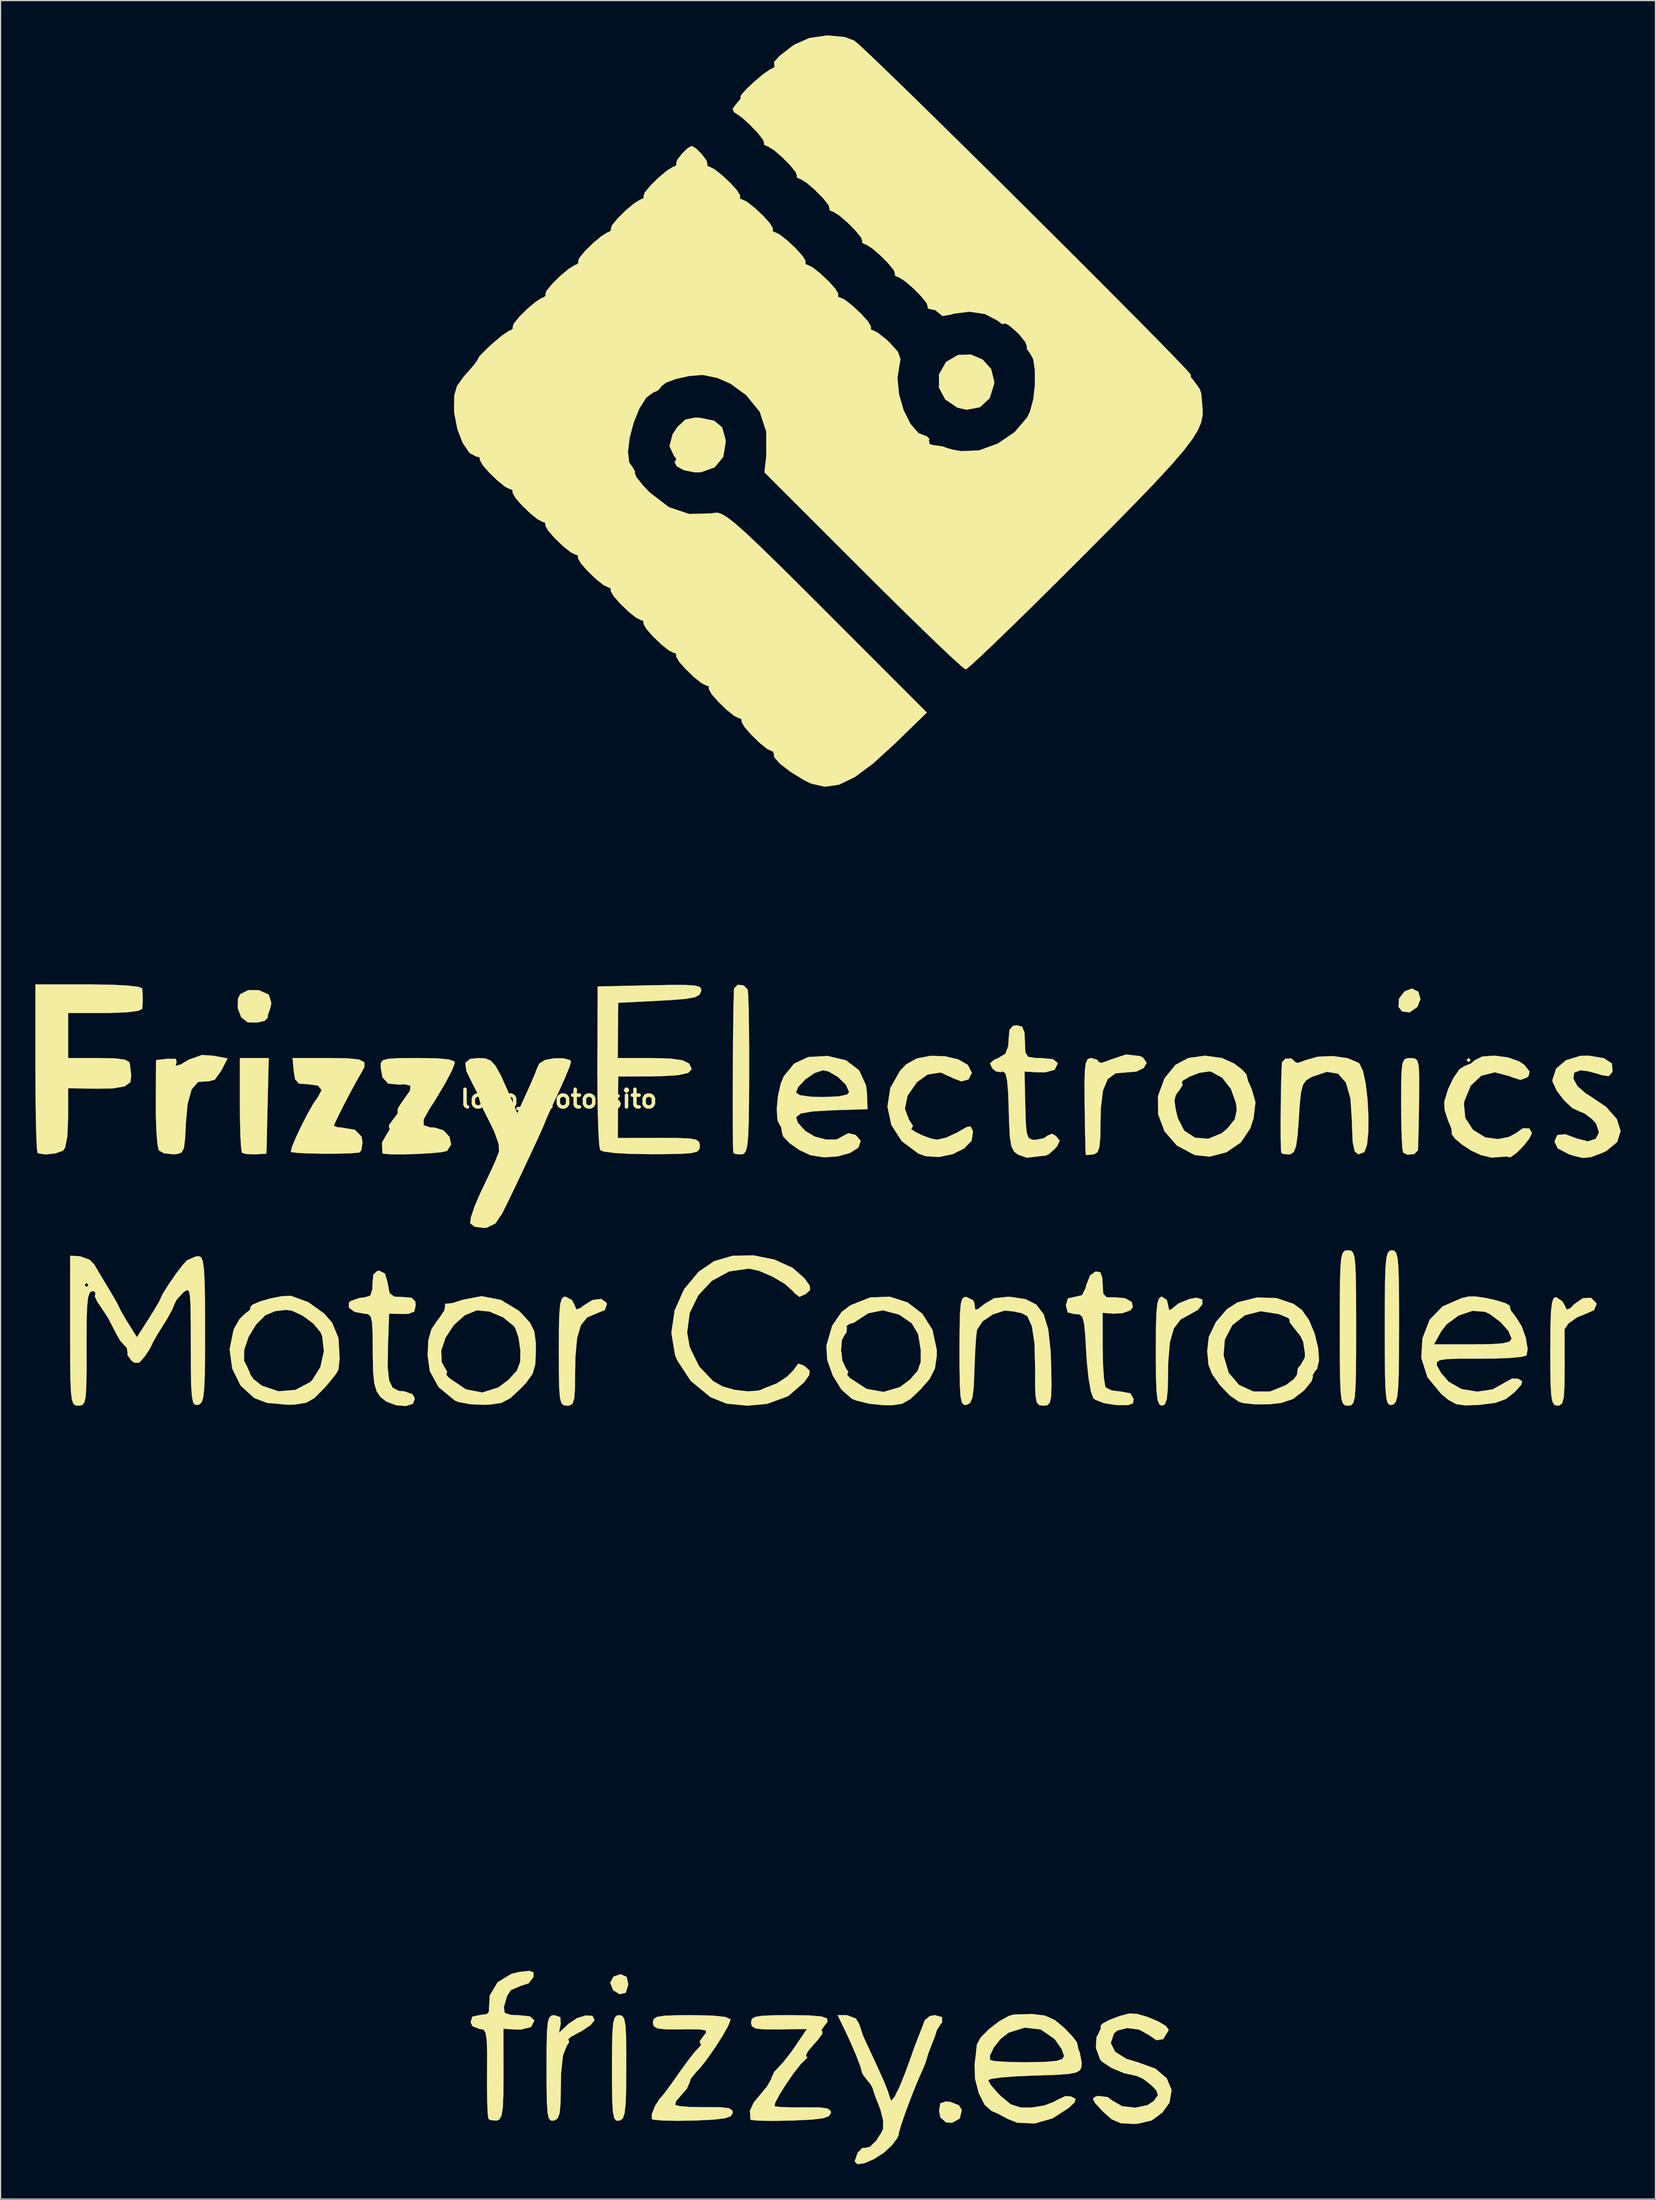
<source format=kicad_pcb>
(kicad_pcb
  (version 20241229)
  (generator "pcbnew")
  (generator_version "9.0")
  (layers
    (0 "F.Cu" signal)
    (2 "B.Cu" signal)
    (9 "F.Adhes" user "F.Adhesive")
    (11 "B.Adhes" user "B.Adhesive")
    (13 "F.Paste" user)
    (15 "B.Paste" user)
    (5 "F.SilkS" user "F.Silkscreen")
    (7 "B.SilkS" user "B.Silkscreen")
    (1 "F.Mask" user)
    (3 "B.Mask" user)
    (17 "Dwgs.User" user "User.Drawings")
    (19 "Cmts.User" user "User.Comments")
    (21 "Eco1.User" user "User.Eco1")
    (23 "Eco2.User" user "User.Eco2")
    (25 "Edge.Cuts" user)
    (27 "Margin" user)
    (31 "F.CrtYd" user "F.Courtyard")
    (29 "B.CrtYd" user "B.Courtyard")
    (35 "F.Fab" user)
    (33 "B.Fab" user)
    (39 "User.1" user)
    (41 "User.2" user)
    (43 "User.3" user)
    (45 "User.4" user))
  (footprint "logo_motorsito"
    (layer "F.Cu")
    (at 45.161 91.732)
    (property "Reference" "logo_motorsito" (at 0 0 0) (layer "F.SilkS") (effects (font (size 1.524 1.524) (thickness 0.3))))
    (attr through_hole)
    (fp_poly (pts (xy 78.669 -3.351) (xy 78.493 -3.175) (xy 78.317 -3.351) (xy 78.493 -3.528) (xy 78.669 -3.351)) (stroke (width 0.01) (type solid)) (fill yes) (layer "F.SilkS"))
    (fp_poly (pts (xy 5.859 75.723) (xy 5.997 76.376) (xy 5.784 77.09) (xy 5.251 77.226) (xy 4.684 76.863) (xy 4.43 76.238) (xy 4.723 75.692) (xy 5.329 75.494) (xy 5.859 75.723)) (stroke (width 0.01) (type solid)) (fill yes) (layer "F.SilkS"))
    (fp_poly (pts (xy 74.159 -9.25) (xy 74.344 -8.62) (xy 74.08 -7.933) (xy 73.399 -7.463) (xy 72.755 -7.543) (xy 72.445 -7.942) (xy 72.491 -8.655) (xy 72.977 -9.285) (xy 73.608 -9.525) (xy 74.159 -9.25)) (stroke (width 0.01) (type solid)) (fill yes) (layer "F.SilkS"))
    (fp_poly (pts (xy -25.224 4.727) (xy -26.19 4.778) (xy -26.962 4.757) (xy -27.336 4.649) (xy -27.408 4.245) (xy -27.466 3.283) (xy -27.505 1.914) (xy -27.517 0.47) (xy -27.517 -3.528) (xy -25.025 -3.528) (xy -25.224 4.727)) (stroke (width 0.01) (type solid)) (fill yes) (layer "F.SilkS"))
    (fp_poly (pts (xy 33.747 86.495) (xy 34.517 86.793) (xy 34.772 87.209) (xy 34.594 87.945) (xy 33.942 88.306) (xy 33.426 88.282) (xy 32.918 87.841) (xy 32.808 87.263) (xy 32.918 86.631) (xy 33.393 86.467) (xy 33.747 86.495)) (stroke (width 0.01) (type solid)) (fill yes) (layer "F.SilkS"))
    (fp_poly (pts (xy 36.566 -63.773) (xy 37.303 -62.955) (xy 37.574 -61.839) (xy 37.566 -61.681) (xy 37.174 -60.435) (xy 36.337 -59.659) (xy 35.19 -59.44) (xy 34.384 -59.622) (xy 33.341 -60.328) (xy 32.798 -61.349) (xy 32.801 -62.486) (xy 33.399 -63.541) (xy 33.435 -63.578) (xy 34.445 -64.171) (xy 35.551 -64.207) (xy 36.566 -63.773)) (stroke (width 0.01) (type solid)) (fill yes) (layer "F.SilkS"))
    (fp_poly (pts (xy -25.882 -9.383) (xy -25.096 -9.034) (xy -24.986 -8.922) (xy -24.799 -8.252) (xy -24.887 -7.854) (xy -25.096 -7.226) (xy -25.116 -7.005) (xy -25.363 -6.743) (xy -26.017 -6.585) (xy -26.782 -6.6) (xy -26.866 -6.616) (xy -27.403 -7.042) (xy -27.702 -7.833) (xy -27.676 -8.666) (xy -27.495 -9.023) (xy -26.803 -9.384) (xy -25.882 -9.383)) (stroke (width 0.01) (type solid)) (fill yes) (layer "F.SilkS"))
    (fp_poly (pts (xy 12.186 -58.745) (xy 13.407 -58.492) (xy 14.09 -57.928) (xy 14.378 -56.918) (xy 14.4 -56.661) (xy 14.191 -55.372) (xy 13.441 -54.466) (xy 12.263 -54.049) (xy 11.727 -54.042) (xy 10.803 -54.225) (xy 10.185 -54.56) (xy 10.17 -54.577) (xy 9.985 -54.961) (xy 10.082 -55.033) (xy 10.132 -55.226) (xy 9.948 -55.457) (xy 9.551 -56.296) (xy 9.819 -57.332) (xy 10.235 -57.957) (xy 10.926 -58.597) (xy 11.786 -58.768) (xy 12.186 -58.745)) (stroke (width 0.01) (type solid)) (fill yes) (layer "F.SilkS"))
    (fp_poly (pts (xy 73.827 -3.501) (xy 74.055 -3.336) (xy 74.183 -2.911) (xy 74.235 -2.1) (xy 74.235 -0.779) (xy 74.222 0.265) (xy 74.196 1.855) (xy 74.168 3.193) (xy 74.142 4.116) (xy 74.125 4.439) (xy 73.808 4.753) (xy 73.222 4.812) (xy 72.849 4.645) (xy 72.778 4.242) (xy 72.721 3.283) (xy 72.684 1.915) (xy 72.672 0.47) (xy 72.678 -1.254) (xy 72.71 -2.395) (xy 72.794 -3.071) (xy 72.953 -3.405) (xy 73.212 -3.517) (xy 73.474 -3.528) (xy 73.827 -3.501)) (stroke (width 0.01) (type solid)) (fill yes) (layer "F.SilkS"))
    (fp_poly (pts (xy 5.468 79.082) (xy 5.644 79.337) (xy 5.751 79.897) (xy 5.806 80.877) (xy 5.825 82.386) (xy 5.824 83.516) (xy 5.81 85.385) (xy 5.768 86.663) (xy 5.683 87.465) (xy 5.539 87.903) (xy 5.32 88.094) (xy 5.2 88.128) (xy 4.949 88.119) (xy 4.777 87.906) (xy 4.67 87.382) (xy 4.612 86.44) (xy 4.589 84.972) (xy 4.586 83.634) (xy 4.594 81.747) (xy 4.628 80.455) (xy 4.703 79.648) (xy 4.835 79.214) (xy 5.037 79.044) (xy 5.21 79.022) (xy 5.468 79.082)) (stroke (width 0.01) (type solid)) (fill yes) (layer "F.SilkS"))
    (fp_poly (pts (xy 72.101 13.102) (xy 72.261 13.311) (xy 72.373 13.773) (xy 72.443 14.58) (xy 72.482 15.827) (xy 72.497 17.605) (xy 72.498 19.663) (xy 72.491 21.987) (xy 72.468 23.7) (xy 72.42 24.897) (xy 72.34 25.67) (xy 72.219 26.116) (xy 72.047 26.328) (xy 71.876 26.392) (xy 71.662 26.385) (xy 71.505 26.212) (xy 71.394 25.781) (xy 71.323 25.002) (xy 71.283 23.785) (xy 71.265 22.04) (xy 71.261 19.781) (xy 71.266 17.44) (xy 71.285 15.713) (xy 71.327 14.506) (xy 71.401 13.729) (xy 71.516 13.289) (xy 71.679 13.095) (xy 71.883 13.053) (xy 72.101 13.102)) (stroke (width 0.01) (type solid)) (fill yes) (layer "F.SilkS"))
    (fp_poly (pts (xy -29.811 -3.728) (xy -28.574 -3.496) (xy -29.13 -2.419) (xy -29.686 -1.652) (xy -30.287 -1.502) (xy -30.346 -1.515) (xy -31.124 -1.462) (xy -31.679 -0.816) (xy -32.027 0.455) (xy -32.174 2.109) (xy -32.239 3.446) (xy -32.34 4.231) (xy -32.54 4.616) (xy -32.899 4.752) (xy -33.251 4.779) (xy -34.066 4.689) (xy -34.508 4.444) (xy -34.624 3.947) (xy -34.712 2.912) (xy -34.763 1.505) (xy -34.77 0.353) (xy -34.749 -3.351) (xy -33.741 -3.467) (xy -33.045 -3.452) (xy -32.968 -3.202) (xy -33.058 -2.857) (xy -32.633 -2.966) (xy -31.916 -3.391) (xy -30.794 -3.79) (xy -29.811 -3.728)) (stroke (width 0.01) (type solid)) (fill yes) (layer "F.SilkS"))
    (fp_poly (pts (xy 15.937 -9.803) (xy 16.298 -9.437) (xy 16.343 -8.96) (xy 16.38 -7.895) (xy 16.407 -6.357) (xy 16.423 -4.464) (xy 16.425 -2.331) (xy 16.424 -2.15) (xy 16.413 0.219) (xy 16.387 1.975) (xy 16.341 3.21) (xy 16.264 4.017) (xy 16.148 4.487) (xy 15.985 4.713) (xy 15.788 4.786) (xy 15.208 4.751) (xy 15.06 4.643) (xy 15.035 4.252) (xy 15.019 3.287) (xy 15.01 1.879) (xy 15.008 0.16) (xy 15.013 -1.739) (xy 15.023 -3.687) (xy 15.039 -5.552) (xy 15.059 -7.203) (xy 15.084 -8.508) (xy 15.111 -9.337) (xy 15.125 -9.525) (xy 15.422 -9.844) (xy 15.937 -9.803)) (stroke (width 0.01) (type solid)) (fill yes) (layer "F.SilkS"))
    (fp_poly (pts (xy 52.466 17.348) (xy 52.569 17.786) (xy 52.666 18.224) (xy 52.834 18.142) (xy 53.461 17.644) (xy 54.409 17.254) (xy 55.033 17.14) (xy 55.518 17.292) (xy 55.529 17.708) (xy 55.136 18.201) (xy 54.512 18.55) (xy 53.644 19.028) (xy 53.063 19.803) (xy 52.724 20.991) (xy 52.581 22.71) (xy 52.569 23.548) (xy 52.543 25.022) (xy 52.454 25.916) (xy 52.282 26.353) (xy 52.035 26.458) (xy 51.817 26.357) (xy 51.666 25.985) (xy 51.572 25.239) (xy 51.523 24.016) (xy 51.506 22.212) (xy 51.506 21.755) (xy 51.517 19.817) (xy 51.559 18.481) (xy 51.643 17.645) (xy 51.78 17.204) (xy 51.983 17.055) (xy 52.035 17.051) (xy 52.466 17.348)) (stroke (width 0.01) (type solid)) (fill yes) (layer "F.SilkS"))
    (fp_poly (pts (xy 68.331 13.082) (xy 68.512 13.23) (xy 68.638 13.592) (xy 68.719 14.261) (xy 68.765 15.328) (xy 68.786 16.889) (xy 68.792 19.036) (xy 68.792 19.756) (xy 68.789 22.083) (xy 68.773 23.799) (xy 68.735 24.996) (xy 68.665 25.767) (xy 68.552 26.205) (xy 68.388 26.404) (xy 68.162 26.457) (xy 68.086 26.458) (xy 67.841 26.429) (xy 67.66 26.281) (xy 67.535 25.919) (xy 67.453 25.251) (xy 67.407 24.183) (xy 67.386 22.622) (xy 67.381 20.475) (xy 67.381 19.756) (xy 67.384 17.428) (xy 67.399 15.712) (xy 67.437 14.515) (xy 67.508 13.745) (xy 67.62 13.306) (xy 67.784 13.107) (xy 68.01 13.054) (xy 68.086 13.053) (xy 68.331 13.082)) (stroke (width 0.01) (type solid)) (fill yes) (layer "F.SilkS"))
    (fp_poly (pts (xy 1.135 17.346) (xy 1.328 17.712) (xy 1.529 18.159) (xy 1.891 18.018) (xy 2.073 17.861) (xy 2.902 17.348) (xy 3.651 17.244) (xy 4.111 17.567) (xy 4.152 17.695) (xy 3.98 18.207) (xy 3.243 18.506) (xy 2.449 18.845) (xy 1.907 19.522) (xy 1.58 20.635) (xy 1.431 22.287) (xy 1.411 23.476) (xy 1.398 24.93) (xy 1.336 25.816) (xy 1.194 26.273) (xy 0.937 26.44) (xy 0.706 26.458) (xy 0.421 26.42) (xy 0.225 26.232) (xy 0.101 25.782) (xy 0.034 24.96) (xy 0.006 23.655) (xy 0 21.755) (xy 0 21.755) (xy 0.009 19.836) (xy 0.046 18.515) (xy 0.124 17.685) (xy 0.255 17.238) (xy 0.453 17.067) (xy 0.578 17.051) (xy 1.135 17.346)) (stroke (width 0.01) (type solid)) (fill yes) (layer "F.SilkS"))
    (fp_poly (pts (xy 50.136 -3.698) (xy 50.425 -3.549) (xy 50.72 -3.112) (xy 50.471 -2.669) (xy 49.826 -2.355) (xy 49.044 -2.292) (xy 48.047 -2.209) (xy 47.363 -1.71) (xy 46.95 -0.716) (xy 46.764 0.848) (xy 46.743 1.855) (xy 46.723 3.289) (xy 46.642 4.16) (xy 46.471 4.609) (xy 46.179 4.776) (xy 46.126 4.786) (xy 45.581 4.836) (xy 45.466 4.819) (xy 45.445 4.466) (xy 45.42 3.548) (xy 45.394 2.205) (xy 45.37 0.617) (xy 45.357 -1.155) (xy 45.381 -2.339) (xy 45.458 -3.05) (xy 45.605 -3.406) (xy 45.838 -3.522) (xy 45.942 -3.528) (xy 46.47 -3.373) (xy 46.567 -3.196) (xy 46.832 -3.107) (xy 47.476 -3.339) (xy 47.537 -3.37) (xy 48.936 -3.833) (xy 50.136 -3.698)) (stroke (width 0.01) (type solid)) (fill yes) (layer "F.SilkS"))
    (fp_poly (pts (xy 86.049 17.095) (xy 86.588 17.455) (xy 86.771 17.78) (xy 86.974 18.172) (xy 87.273 18.051) (xy 87.613 17.697) (xy 88.349 17.187) (xy 89.054 17.152) (xy 89.499 17.587) (xy 89.535 17.718) (xy 89.313 18.22) (xy 88.699 18.496) (xy 87.834 18.851) (xy 87.11 19.368) (xy 86.773 19.864) (xy 86.771 19.919) (xy 86.776 20.334) (xy 86.781 21.284) (xy 86.783 22.599) (xy 86.783 23.283) (xy 86.768 24.802) (xy 86.706 25.747) (xy 86.57 26.249) (xy 86.336 26.439) (xy 86.163 26.458) (xy 85.911 26.399) (xy 85.738 26.146) (xy 85.629 25.592) (xy 85.57 24.628) (xy 85.546 23.143) (xy 85.542 21.74) (xy 85.554 19.796) (xy 85.596 18.458) (xy 85.68 17.628) (xy 85.817 17.205) (xy 86.017 17.092) (xy 86.049 17.095)) (stroke (width 0.01) (type solid)) (fill yes) (layer "F.SilkS"))
    (fp_poly (pts (xy 0.136 79.199) (xy 0.166 79.78) (xy 0.021 80.537) (xy 0.827 79.78) (xy 1.561 79.287) (xy 2.324 79.047) (xy 2.905 79.088) (xy 3.09 79.442) (xy 3.087 79.462) (xy 2.738 79.889) (xy 1.983 80.394) (xy 1.764 80.508) (xy 1.063 80.888) (xy 0.799 81.107) (xy 0.837 81.127) (xy 0.895 81.355) (xy 0.661 81.722) (xy 0.357 82.52) (xy 0.2 84.005) (xy 0.176 85.157) (xy 0.156 86.598) (xy 0.073 87.477) (xy -0.1 87.936) (xy -0.393 88.117) (xy -0.441 88.127) (xy -0.693 88.119) (xy -0.866 87.91) (xy -0.974 87.392) (xy -1.032 86.456) (xy -1.055 84.997) (xy -1.058 83.634) (xy -1.052 81.754) (xy -1.022 80.468) (xy -0.951 79.664) (xy -0.823 79.229) (xy -0.621 79.053) (xy -0.373 79.022) (xy 0.136 79.199)) (stroke (width 0.01) (type solid)) (fill yes) (layer "F.SilkS"))
    (fp_poly (pts (xy -18.215 -3.504) (xy -17.236 -3.401) (xy -16.783 -3.172) (xy -16.764 -2.771) (xy -17.092 -2.149) (xy -17.113 -2.117) (xy -17.483 -1.479) (xy -17.994 -0.535) (xy -18.542 0.514) (xy -19.024 1.471) (xy -19.338 2.135) (xy -19.403 2.314) (xy -19.107 2.442) (xy -18.726 2.469) (xy -17.582 2.665) (xy -17.011 3.259) (xy -16.933 3.742) (xy -17.029 4.404) (xy -17.198 4.627) (xy -17.951 4.69) (xy -19.064 4.722) (xy -20.334 4.726) (xy -21.561 4.703) (xy -22.543 4.656) (xy -23.078 4.587) (xy -23.121 4.564) (xy -23.037 4.17) (xy -22.701 3.359) (xy -22.212 2.325) (xy -21.665 1.263) (xy -21.158 0.371) (xy -20.787 -0.158) (xy -20.786 -0.159) (xy -20.461 -0.759) (xy -20.778 -1.149) (xy -21.608 -1.263) (xy -22.406 -1.319) (xy -22.75 -1.687) (xy -22.865 -2.381) (xy -22.975 -3.528) (xy -19.809 -3.528) (xy -18.215 -3.504)) (stroke (width 0.01) (type solid)) (fill yes) (layer "F.SilkS"))
    (fp_poly (pts (xy -38.627 -9.852) (xy -37.154 -9.777) (xy -36.231 -9.66) (xy -35.939 -9.525) (xy -35.898 -8.865) (xy -35.895 -8.643) (xy -35.923 -7.931) (xy -35.939 -7.761) (xy -36.293 -7.595) (xy -37.223 -7.474) (xy -38.6 -7.413) (xy -39.158 -7.408) (xy -42.333 -7.408) (xy -42.333 -3.528) (xy -39.688 -3.528) (xy -38.281 -3.498) (xy -37.451 -3.394) (xy -37.067 -3.188) (xy -36.998 -2.999) (xy -36.913 -2.215) (xy -36.888 -2.028) (xy -36.962 -1.44) (xy -37.462 -1.078) (xy -38.481 -0.906) (xy -39.85 -0.882) (xy -42.333 -0.92) (xy -42.333 1.636) (xy -42.398 3.227) (xy -42.589 4.195) (xy -42.774 4.467) (xy -43.456 4.703) (xy -44.29 4.791) (xy -44.905 4.698) (xy -44.975 4.649) (xy -45.03 4.257) (xy -45.078 3.268) (xy -45.116 1.79) (xy -45.143 -0.068) (xy -45.155 -2.199) (xy -45.156 -2.705) (xy -45.156 -9.878) (xy -40.569 -9.878) (xy -38.627 -9.852)) (stroke (width 0.01) (type solid)) (fill yes) (layer "F.SilkS"))
    (fp_poly (pts (xy 33.321 -3.682) (xy 34.457 -3.413) (xy 35.289 -2.936) (xy 35.63 -2.275) (xy 35.631 -2.239) (xy 35.358 -1.687) (xy 34.727 -1.511) (xy 34.016 -1.786) (xy 33.998 -1.801) (xy 32.939 -2.278) (xy 31.809 -2.1) (xy 30.891 -1.435) (xy 30.093 -0.28) (xy 29.86 0.85) (xy 30.221 1.806) (xy 30.26 1.852) (xy 30.558 2.324) (xy 30.482 2.482) (xy 30.402 2.6) (xy 30.783 2.86) (xy 31.422 3.164) (xy 32.114 3.414) (xy 32.632 3.514) (xy 33.402 3.343) (xy 34.345 2.909) (xy 34.45 2.847) (xy 35.186 2.424) (xy 35.533 2.374) (xy 35.698 2.694) (xy 35.734 2.828) (xy 35.621 3.601) (xy 34.979 4.269) (xy 33.985 4.763) (xy 32.817 5.011) (xy 31.65 4.941) (xy 31.035 4.723) (xy 29.591 3.646) (xy 28.691 2.246) (xy 28.354 0.668) (xy 28.601 -0.943) (xy 29.452 -2.444) (xy 29.976 -2.99) (xy 30.893 -3.495) (xy 32.071 -3.718) (xy 33.321 -3.682)) (stroke (width 0.01) (type solid)) (fill yes) (layer "F.SilkS"))
    (fp_poly (pts (xy 90.15 -3.522) (xy 90.858 -3.061) (xy 90.917 -2.37) (xy 90.9 -2.321) (xy 90.597 -1.966) (xy 89.983 -2.045) (xy 89.772 -2.121) (xy 88.813 -2.388) (xy 88.147 -2.469) (xy 87.602 -2.264) (xy 87.533 -1.754) (xy 87.889 -1.101) (xy 88.615 -0.466) (xy 88.854 -0.326) (xy 90.362 0.682) (xy 91.287 1.739) (xy 91.612 2.774) (xy 91.32 3.712) (xy 90.395 4.483) (xy 90.012 4.662) (xy 89.052 5.019) (xy 88.356 5.095) (xy 87.546 4.906) (xy 87.136 4.769) (xy 86.184 4.264) (xy 85.901 3.673) (xy 86.146 3.109) (xy 86.848 3.045) (xy 87.797 3.402) (xy 88.774 3.66) (xy 89.464 3.439) (xy 89.745 2.882) (xy 89.497 2.133) (xy 89.174 1.766) (xy 88.499 1.253) (xy 88.018 1.058) (xy 87.433 0.783) (xy 86.727 0.115) (xy 86.098 -0.712) (xy 85.747 -1.464) (xy 85.725 -1.634) (xy 86.044 -2.612) (xy 86.898 -3.341) (xy 88.13 -3.715) (xy 88.818 -3.736) (xy 90.15 -3.522)) (stroke (width 0.01) (type solid)) (fill yes) (layer "F.SilkS"))
    (fp_poly (pts (xy -2.185 75.333) (xy -2.177 75.732) (xy -2.612 76.29) (xy -3.249 76.486) (xy -4.139 76.869) (xy -4.46 77.368) (xy -4.741 78.346) (xy -4.66 78.836) (xy -4.12 79.005) (xy -3.497 79.022) (xy -2.494 79.128) (xy -2.121 79.456) (xy -2.117 79.514) (xy -2.4 80.057) (xy -3.269 80.269) (xy -3.888 80.257) (xy -4.778 80.198) (xy -4.77 84.103) (xy -4.78 85.836) (xy -4.829 86.985) (xy -4.935 87.669) (xy -5.115 88.01) (xy -5.347 88.121) (xy -5.927 88.076) (xy -6.078 87.949) (xy -6.135 87.498) (xy -6.175 86.502) (xy -6.194 85.12) (xy -6.191 83.926) (xy -6.185 82.264) (xy -6.217 81.185) (xy -6.309 80.566) (xy -6.481 80.285) (xy -6.755 80.219) (xy -6.836 80.221) (xy -7.448 79.98) (xy -7.606 79.64) (xy -7.465 79.152) (xy -6.848 79.022) (xy -6.217 78.929) (xy -6.039 78.758) (xy -5.958 77.323) (xy -5.28 76.187) (xy -4.087 75.46) (xy -3.409 75.295) (xy -2.538 75.204) (xy -2.185 75.333)) (stroke (width 0.01) (type solid)) (fill yes) (layer "F.SilkS"))
    (fp_poly (pts (xy -10.518 -3.501) (xy -9.507 -3.412) (xy -9.03 -3.249) (xy -8.967 -3.087) (xy -9.234 -2.41) (xy -9.817 -1.312) (xy -10.631 0.049) (xy -11.171 0.894) (xy -11.667 1.788) (xy -11.652 2.273) (xy -11.093 2.457) (xy -10.722 2.469) (xy -9.948 2.707) (xy -9.429 3.27) (xy -9.285 3.936) (xy -9.635 4.482) (xy -9.645 4.488) (xy -10.116 4.593) (xy -11.042 4.682) (xy -12.212 4.748) (xy -13.418 4.783) (xy -14.449 4.78) (xy -15.097 4.732) (xy -15.214 4.686) (xy -15.256 3.774) (xy -14.873 3.087) (xy -14.579 2.615) (xy -14.64 2.469) (xy -14.65 2.253) (xy -14.287 1.764) (xy -13.906 1.255) (xy -13.906 1.058) (xy -13.89 0.822) (xy -13.517 0.24) (xy -13.431 0.129) (xy -12.85 -0.702) (xy -12.795 -1.133) (xy -13.288 -1.258) (xy -13.764 -1.234) (xy -14.72 -1.322) (xy -15.218 -1.869) (xy -15.369 -2.734) (xy -15.356 -3.106) (xy -15.178 -3.338) (xy -14.704 -3.465) (xy -13.802 -3.517) (xy -12.339 -3.528) (xy -12.148 -3.528) (xy -10.518 -3.501)) (stroke (width 0.01) (type solid)) (fill yes) (layer "F.SilkS"))
    (fp_poly (pts (xy 57.207 -3.533) (xy 58.268 -3.057) (xy 58.981 -2.509) (xy 59.339 -2.1) (xy 59.35 -2.037) (xy 59.461 -1.569) (xy 59.782 -0.851) (xy 60.11 0.296) (xy 59.948 1.66) (xy 59.655 2.548) (xy 58.847 3.753) (xy 57.606 4.6) (xy 56.156 4.982) (xy 54.857 4.839) (xy 53.316 4.014) (xy 52.256 2.793) (xy 51.707 1.32) (xy 51.701 0.127) (xy 53.12 0.127) (xy 53.216 0.845) (xy 53.396 1.63) (xy 53.957 2.729) (xy 54.891 3.343) (xy 56.024 3.434) (xy 57.184 2.964) (xy 57.664 2.565) (xy 58.314 1.762) (xy 58.49 0.968) (xy 58.432 0.397) (xy 57.997 -0.85) (xy 57.231 -1.829) (xy 56.299 -2.342) (xy 56.1 -2.372) (xy 55.269 -2.251) (xy 54.414 -1.921) (xy 53.842 -1.577) (xy 53.743 -1.415) (xy 53.765 -1.413) (xy 53.825 -1.193) (xy 53.566 -0.794) (xy 53.231 -0.335) (xy 53.12 0.127) (xy 51.701 0.127) (xy 51.7 -0.257) (xy 52.266 -1.792) (xy 53.215 -2.949) (xy 54.322 -3.533) (xy 55.745 -3.729) (xy 57.207 -3.533)) (stroke (width 0.01) (type solid)) (fill yes) (layer "F.SilkS"))
    (fp_poly (pts (xy -14.994 15.062) (xy -14.76 15.871) (xy -14.751 15.963) (xy -14.599 16.752) (xy -14.194 17.051) (xy -13.494 17.082) (xy -12.691 17.145) (xy -12.38 17.474) (xy -12.347 17.815) (xy -12.472 18.346) (xy -12.979 18.539) (xy -13.494 18.549) (xy -14.64 18.521) (xy -14.744 21.487) (xy -14.76 23.173) (xy -14.639 24.274) (xy -14.337 24.905) (xy -13.81 25.181) (xy -13.305 25.224) (xy -12.619 25.475) (xy -12.414 25.841) (xy -12.59 26.297) (xy -13.201 26.488) (xy -14.033 26.423) (xy -14.871 26.11) (xy -15.379 25.716) (xy -15.711 25.23) (xy -15.915 24.558) (xy -16.019 23.535) (xy -16.051 21.994) (xy -16.051 21.747) (xy -16.061 20.228) (xy -16.11 19.28) (xy -16.232 18.769) (xy -16.459 18.561) (xy -16.823 18.521) (xy -16.828 18.521) (xy -17.633 18.366) (xy -18.11 18.002) (xy -18.109 17.578) (xy -17.934 17.42) (xy -17.188 17.161) (xy -16.757 17.115) (xy -16.262 16.965) (xy -16.085 16.403) (xy -16.08 15.963) (xy -16 15.136) (xy -15.65 14.831) (xy -15.485 14.817) (xy -14.994 15.062)) (stroke (width 0.01) (type solid)) (fill yes) (layer "F.SilkS"))
    (fp_poly (pts (xy 46.729 14.948) (xy 46.901 15.468) (xy 46.919 15.982) (xy 46.974 16.797) (xy 47.261 17.107) (xy 47.965 17.111) (xy 47.971 17.11) (xy 48.867 17.188) (xy 49.436 17.513) (xy 49.534 17.963) (xy 49.305 18.242) (xy 48.637 18.479) (xy 47.89 18.52) (xy 46.919 18.453) (xy 46.925 21.486) (xy 46.956 22.906) (xy 47.034 24.065) (xy 47.144 24.774) (xy 47.189 24.883) (xy 47.7 25.144) (xy 48.473 25.235) (xy 49.3 25.388) (xy 49.591 25.856) (xy 49.545 26.245) (xy 49.144 26.41) (xy 48.224 26.412) (xy 48.113 26.407) (xy 47.056 26.246) (xy 46.273 25.942) (xy 46.114 25.809) (xy 45.908 25.242) (xy 45.714 24.151) (xy 45.562 22.718) (xy 45.508 21.906) (xy 45.418 20.344) (xy 45.319 19.357) (xy 45.174 18.817) (xy 44.945 18.595) (xy 44.596 18.56) (xy 44.538 18.563) (xy 43.912 18.42) (xy 43.744 17.815) (xy 43.922 17.2) (xy 44.533 17.067) (xy 45.142 16.929) (xy 45.454 16.311) (xy 45.506 16.056) (xy 45.841 15.218) (xy 46.305 14.883) (xy 46.729 14.948)) (stroke (width 0.01) (type solid)) (fill yes) (layer "F.SilkS"))
    (fp_poly (pts (xy 81.89 -3.58) (xy 82.905 -3.214) (xy 83.317 -2.918) (xy 83.758 -2.363) (xy 83.671 -1.979) (xy 83.521 -1.838) (xy 82.962 -1.637) (xy 82.154 -1.902) (xy 82.055 -1.953) (xy 80.762 -2.295) (xy 79.597 -2.003) (xy 78.68 -1.147) (xy 78.13 0.2) (xy 78.092 0.404) (xy 78.209 1.643) (xy 78.876 2.667) (xy 79.941 3.319) (xy 81.036 3.462) (xy 81.965 3.28) (xy 82.59 2.949) (xy 82.611 2.925) (xy 83.185 2.53) (xy 83.728 2.539) (xy 83.961 2.937) (xy 83.748 3.404) (xy 83.24 4.047) (xy 82.639 4.654) (xy 82.143 5.011) (xy 81.992 5.027) (xy 81.756 4.966) (xy 80.496 5.065) (xy 79.551 4.843) (xy 78.752 4.475) (xy 77.937 3.948) (xy 77.298 3.408) (xy 77.023 3) (xy 77.049 2.913) (xy 77.008 2.537) (xy 76.724 1.873) (xy 76.422 0.947) (xy 76.398 0.239) (xy 76.711 -0.808) (xy 77.186 -1.811) (xy 77.702 -2.554) (xy 78.114 -2.822) (xy 78.725 -3.07) (xy 78.997 -3.32) (xy 79.67 -3.658) (xy 80.723 -3.737) (xy 81.89 -3.58)) (stroke (width 0.01) (type solid)) (fill yes) (layer "F.SilkS"))
    (fp_poly (pts (xy 68.044 -3.52) (xy 68.971 -3.129) (xy 69.095 -3.023) (xy 69.388 -2.405) (xy 69.619 -1.318) (xy 69.777 0.05) (xy 69.855 1.51) (xy 69.843 2.875) (xy 69.733 3.955) (xy 69.514 4.563) (xy 69.461 4.608) (xy 68.976 4.78) (xy 68.666 4.52) (xy 68.497 3.742) (xy 68.436 2.364) (xy 68.434 2.008) (xy 68.303 -0.023) (xy 67.908 -1.411) (xy 67.233 -2.175) (xy 66.261 -2.334) (xy 64.975 -1.904) (xy 64.911 -1.872) (xy 64.48 -1.599) (xy 64.204 -1.207) (xy 64.033 -0.535) (xy 63.92 0.575) (xy 63.853 1.637) (xy 63.744 3.147) (xy 63.609 4.085) (xy 63.413 4.584) (xy 63.124 4.775) (xy 63.06 4.787) (xy 62.48 4.751) (xy 62.332 4.643) (xy 62.3 4.236) (xy 62.283 3.304) (xy 62.28 2.026) (xy 62.29 0.581) (xy 62.31 -0.851) (xy 62.34 -2.089) (xy 62.378 -2.955) (xy 62.398 -3.175) (xy 62.689 -3.472) (xy 63.189 -3.498) (xy 63.495 -3.246) (xy 63.5 -3.196) (xy 63.764 -3.101) (xy 64.4 -3.331) (xy 64.418 -3.34) (xy 65.479 -3.645) (xy 66.783 -3.699) (xy 68.044 -3.52)) (stroke (width 0.01) (type solid)) (fill yes) (layer "F.SilkS"))
    (fp_poly (pts (xy 10.998 -9.83) (xy 11.773 -9.776) (xy 12.17 -9.659) (xy 12.297 -9.465) (xy 12.283 -9.271) (xy 12.135 -8.976) (xy 11.741 -8.772) (xy 10.971 -8.631) (xy 9.701 -8.525) (xy 8.645 -8.467) (xy 5.126 -8.29) (xy 5.108 -5.909) (xy 5.089 -3.528) (xy 7.969 -3.528) (xy 9.637 -3.48) (xy 10.698 -3.326) (xy 11.242 -3.054) (xy 11.263 -3.03) (xy 11.47 -2.564) (xy 11.156 -2.241) (xy 10.267 -2.043) (xy 8.751 -1.955) (xy 7.943 -1.946) (xy 5.127 -1.94) (xy 5.11 0.714) (xy 5.093 3.368) (xy 8.632 3.36) (xy 10.241 3.366) (xy 11.272 3.409) (xy 11.852 3.515) (xy 12.109 3.708) (xy 12.171 4.014) (xy 12.171 4.053) (xy 12.128 4.351) (xy 11.919 4.551) (xy 11.428 4.673) (xy 10.537 4.736) (xy 9.127 4.761) (xy 8.002 4.766) (xy 6.21 4.741) (xy 4.793 4.663) (xy 3.871 4.539) (xy 3.571 4.417) (xy 3.49 3.967) (xy 3.422 2.926) (xy 3.37 1.408) (xy 3.338 -0.471) (xy 3.329 -2.598) (xy 3.33 -2.822) (xy 3.351 -9.701) (xy 7.877 -9.8) (xy 9.736 -9.834) (xy 10.998 -9.83)) (stroke (width 0.01) (type solid)) (fill yes) (layer "F.SilkS"))
    (fp_poly (pts (xy 39.973 -6.232) (xy 40.177 -5.753) (xy 40.217 -4.939) (xy 40.251 -4.036) (xy 40.488 -3.634) (xy 41.133 -3.531) (xy 41.628 -3.528) (xy 42.642 -3.427) (xy 43.031 -3.111) (xy 43.039 -3.036) (xy 42.779 -2.508) (xy 41.962 -2.289) (xy 41.17 -2.298) (xy 40.183 -2.362) (xy 40.248 0.583) (xy 40.29 2.021) (xy 40.368 2.893) (xy 40.523 3.342) (xy 40.798 3.506) (xy 41.126 3.528) (xy 41.859 3.383) (xy 42.168 3.158) (xy 42.567 3.002) (xy 42.903 3.208) (xy 43.216 3.605) (xy 43.014 4.057) (xy 42.829 4.27) (xy 42.304 4.752) (xy 42.027 4.883) (xy 41.628 4.924) (xy 40.372 5.072) (xy 39.624 4.81) (xy 39.272 4.537) (xy 39.049 4.089) (xy 38.919 3.313) (xy 38.851 2.056) (xy 38.829 1.251) (xy 38.772 -0.478) (xy 38.679 -1.595) (xy 38.533 -2.196) (xy 38.315 -2.374) (xy 38.116 -2.303) (xy 37.686 -2.385) (xy 37.396 -2.644) (xy 37.198 -3.063) (xy 37.55 -3.373) (xy 37.885 -3.513) (xy 38.532 -3.902) (xy 38.781 -4.569) (xy 38.806 -5.107) (xy 38.883 -5.961) (xy 39.187 -6.308) (xy 39.511 -6.35) (xy 39.973 -6.232)) (stroke (width 0.01) (type solid)) (fill yes) (layer "F.SilkS"))
    (fp_poly (pts (xy 18.608 13.856) (xy 20.179 14.572) (xy 21.196 15.463) (xy 21.657 16.113) (xy 21.679 16.487) (xy 21.307 16.827) (xy 20.761 17.074) (xy 20.324 16.739) (xy 20.238 16.621) (xy 19.536 15.98) (xy 18.45 15.332) (xy 17.282 14.831) (xy 16.404 14.635) (xy 14.699 14.881) (xy 13.213 15.688) (xy 12.046 16.923) (xy 11.299 18.454) (xy 11.074 20.145) (xy 11.295 21.401) (xy 12.118 23.083) (xy 13.315 24.334) (xy 14.111 24.791) (xy 15.147 25.088) (xy 16.29 25.221) (xy 17.218 25.162) (xy 17.462 25.076) (xy 17.937 24.865) (xy 17.992 24.851) (xy 18.807 24.534) (xy 19.679 23.964) (xy 20.28 23.365) (xy 20.337 23.264) (xy 20.66 22.83) (xy 21.121 22.983) (xy 21.256 23.079) (xy 21.643 23.44) (xy 21.609 23.818) (xy 21.159 24.448) (xy 19.785 25.643) (xy 17.958 26.307) (xy 16.262 26.457) (xy 14.48 26.283) (xy 13.094 25.728) (xy 13.077 25.718) (xy 11.373 24.311) (xy 10.213 22.541) (xy 10.026 22.072) (xy 9.711 20.177) (xy 9.994 18.235) (xy 10.805 16.419) (xy 12.072 14.898) (xy 13.403 13.992) (xy 14.997 13.524) (xy 16.807 13.493) (xy 18.608 13.856)) (stroke (width 0.01) (type solid)) (fill yes) (layer "F.SilkS"))
    (fp_poly (pts (xy 38.996 17.075) (xy 40.272 17.267) (xy 41.202 17.739) (xy 41.838 18.58) (xy 42.231 19.881) (xy 42.434 21.733) (xy 42.486 23.195) (xy 42.506 24.725) (xy 42.475 25.684) (xy 42.366 26.203) (xy 42.152 26.417) (xy 41.808 26.458) (xy 41.46 26.414) (xy 41.244 26.192) (xy 41.132 25.658) (xy 41.094 24.677) (xy 41.099 23.248) (xy 41.041 21.098) (xy 40.817 19.605) (xy 40.419 18.74) (xy 39.942 18.477) (xy 39.405 18.372) (xy 39.335 18.344) (xy 38.478 18.255) (xy 37.462 18.579) (xy 36.571 19.177) (xy 36.086 19.911) (xy 36.079 19.945) (xy 36.001 20.618) (xy 35.926 21.77) (xy 35.868 23.174) (xy 35.86 23.457) (xy 35.798 24.9) (xy 35.684 25.777) (xy 35.485 26.229) (xy 35.179 26.393) (xy 34.934 26.381) (xy 34.765 26.165) (xy 34.659 25.638) (xy 34.6 24.694) (xy 34.576 23.229) (xy 34.572 21.753) (xy 34.58 19.836) (xy 34.611 18.517) (xy 34.681 17.691) (xy 34.803 17.25) (xy 34.991 17.088) (xy 35.19 17.086) (xy 35.738 17.36) (xy 35.851 17.584) (xy 35.927 18.122) (xy 35.939 18.182) (xy 36.19 18.112) (xy 36.726 17.68) (xy 37.565 17.188) (xy 38.751 17.065) (xy 38.996 17.075)) (stroke (width 0.01) (type solid)) (fill yes) (layer "F.SilkS"))
    (fp_poly (pts (xy 49.908 78.921) (xy 50.812 79.182) (xy 51.715 79.563) (xy 52.395 79.968) (xy 52.627 80.304) (xy 52.622 80.319) (xy 52.141 81.094) (xy 51.56 81.186) (xy 50.957 80.768) (xy 50.085 80.278) (xy 49.065 80.134) (xy 48.191 80.352) (xy 47.895 80.608) (xy 47.627 81.431) (xy 48.002 82.183) (xy 48.96 82.79) (xy 50.001 83.101) (xy 51.476 83.637) (xy 52.45 84.466) (xy 52.872 85.481) (xy 52.689 86.574) (xy 52.077 87.43) (xy 51.148 88.11) (xy 49.99 88.384) (xy 49.584 88.405) (xy 48.47 88.345) (xy 47.66 87.983) (xy 46.918 87.311) (xy 46.267 86.606) (xy 46.077 86.239) (xy 46.3 86.053) (xy 46.523 85.987) (xy 47.356 86.091) (xy 47.783 86.41) (xy 48.62 86.882) (xy 49.738 87.004) (xy 50.808 86.776) (xy 51.351 86.407) (xy 51.685 85.928) (xy 51.556 85.512) (xy 51.109 85.055) (xy 50.399 84.51) (xy 49.852 84.27) (xy 48.764 84.026) (xy 47.672 83.57) (xy 46.871 83.037) (xy 46.699 82.836) (xy 46.338 81.855) (xy 46.39 80.932) (xy 46.559 80.619) (xy 46.774 80.147) (xy 46.729 80.007) (xy 46.878 79.772) (xy 47.492 79.44) (xy 48.357 79.106) (xy 49.229 78.875) (xy 49.908 78.921)) (stroke (width 0.01) (type solid)) (fill yes) (layer "F.SilkS"))
    (fp_poly (pts (xy 30.095 17.55) (xy 31.362 18.525) (xy 32.241 19.913) (xy 32.614 21.645) (xy 32.612 22.168) (xy 32.454 23.248) (xy 32.004 24.142) (xy 31.19 25.079) (xy 30.33 25.891) (xy 29.617 26.295) (xy 28.745 26.422) (xy 28.062 26.421) (xy 26.788 26.292) (xy 25.64 26.008) (xy 25.276 25.855) (xy 24.388 25.071) (xy 23.637 23.862) (xy 23.157 22.511) (xy 23.107 21.669) (xy 24.353 21.669) (xy 24.467 22.58) (xy 24.765 23.213) (xy 24.765 23.213) (xy 24.996 23.568) (xy 24.916 23.636) (xy 24.898 23.824) (xy 25.125 24.077) (xy 26.553 25.008) (xy 28.017 25.268) (xy 29.429 24.855) (xy 30.284 24.218) (xy 30.961 23.449) (xy 31.229 22.676) (xy 31.227 21.655) (xy 31.004 20.286) (xy 30.463 19.367) (xy 29.457 18.663) (xy 29.304 18.585) (xy 27.958 18.237) (xy 26.69 18.488) (xy 26.096 18.882) (xy 25.446 19.306) (xy 25.087 19.403) (xy 24.811 19.596) (xy 24.856 19.731) (xy 24.812 20.184) (xy 24.7 20.281) (xy 24.428 20.796) (xy 24.353 21.669) (xy 23.107 21.669) (xy 23.085 21.3) (xy 23.089 21.275) (xy 23.583 19.569) (xy 24.393 18.38) (xy 25.15 17.801) (xy 26.87 17.119) (xy 28.558 17.058) (xy 30.095 17.55)) (stroke (width 0.01) (type solid)) (fill yes) (layer "F.SilkS"))
    (fp_poly (pts (xy -23.078 16.992) (xy -21.608 17.531) (xy -20.242 18.51) (xy -19.554 19.301) (xy -19.009 20.618) (xy -18.907 22.358) (xy -19.012 23.371) (xy -19.253 23.763) (xy -19.826 24.478) (xy -20.271 24.985) (xy -21.079 25.798) (xy -21.8 26.206) (xy -22.755 26.357) (xy -23.358 26.38) (xy -25.173 26.219) (xy -26.282 25.798) (xy -27.454 24.724) (xy -28.179 23.256) (xy -28.269 22.581) (xy -27.158 22.581) (xy -26.899 23.078) (xy -26.639 23.653) (xy -26.635 23.725) (xy -26.36 24.147) (xy -25.687 24.677) (xy -25.576 24.746) (xy -24.185 25.213) (xy -22.729 25.097) (xy -21.457 24.425) (xy -21.285 24.264) (xy -20.574 23.138) (xy -20.267 21.762) (xy -20.419 20.449) (xy -20.55 20.137) (xy -21.165 19.388) (xy -22.082 18.705) (xy -23.023 18.265) (xy -23.548 18.198) (xy -24.32 18.286) (xy -24.464 18.3) (xy -25.324 18.664) (xy -26.122 19.467) (xy -26.759 20.515) (xy -27.137 21.618) (xy -27.158 22.581) (xy -28.269 22.581) (xy -28.401 21.59) (xy -28.063 19.918) (xy -28.027 19.829) (xy -27.555 18.997) (xy -27.049 18.498) (xy -27.004 18.478) (xy -26.621 18.167) (xy -26.63 17.999) (xy -26.444 17.754) (xy -25.781 17.467) (xy -24.866 17.201) (xy -23.919 17.018) (xy -23.163 16.981) (xy -23.078 16.992)) (stroke (width 0.01) (type solid)) (fill yes) (layer "F.SilkS"))
    (fp_poly (pts (xy 21.606 79.046) (xy 22.653 79.134) (xy 23.153 79.313) (xy 23.183 79.609) (xy 22.86 80.01) (xy 22.648 80.364) (xy 22.75 80.433) (xy 22.729 80.653) (xy 22.31 81.207) (xy 22.049 81.492) (xy 21.501 82.136) (xy 21.314 82.515) (xy 21.365 82.555) (xy 21.449 82.702) (xy 21.31 82.82) (xy 20.864 83.265) (xy 20.26 84.04) (xy 19.615 84.967) (xy 19.048 85.869) (xy 18.676 86.567) (xy 18.617 86.883) (xy 19.078 86.944) (xy 20.033 86.976) (xy 21.213 86.974) (xy 22.486 86.98) (xy 23.191 87.074) (xy 23.462 87.285) (xy 23.473 87.476) (xy 23.302 87.739) (xy 22.804 87.917) (xy 21.858 88.033) (xy 20.348 88.108) (xy 19.987 88.119) (xy 18.529 88.144) (xy 17.372 88.129) (xy 16.673 88.078) (xy 16.536 88.031) (xy 16.489 87.266) (xy 16.825 86.545) (xy 17.364 85.901) (xy 17.983 85.141) (xy 18.321 84.55) (xy 18.343 84.445) (xy 18.59 83.908) (xy 18.883 83.6) (xy 19.395 83.05) (xy 20.077 82.165) (xy 20.411 81.687) (xy 21.401 80.221) (xy 18.991 80.258) (xy 17.705 80.255) (xy 16.974 80.172) (xy 16.649 79.972) (xy 16.581 79.659) (xy 16.65 79.361) (xy 16.943 79.174) (xy 17.589 79.071) (xy 18.717 79.029) (xy 19.932 79.022) (xy 21.606 79.046)) (stroke (width 0.01) (type solid)) (fill yes) (layer "F.SilkS"))
    (fp_poly (pts (xy 23.197 -3.707) (xy 24.798 -3.326) (xy 25.92 -2.461) (xy 26.513 -1.161) (xy 26.591 -0.476) (xy 26.635 0.882) (xy 23.548 0.984) (xy 21.893 1.078) (xy 20.888 1.257) (xy 20.48 1.563) (xy 20.615 2.038) (xy 21.239 2.724) (xy 21.278 2.761) (xy 22.082 3.247) (xy 23.067 3.506) (xy 23.964 3.502) (xy 24.499 3.206) (xy 24.988 2.952) (xy 25.614 3.109) (xy 26.025 3.578) (xy 26.043 3.648) (xy 25.839 4.209) (xy 25.12 4.662) (xy 24.073 4.956) (xy 22.887 5.04) (xy 21.749 4.862) (xy 21.696 4.845) (xy 20.773 4.419) (xy 19.934 3.836) (xy 19.361 3.249) (xy 19.235 2.81) (xy 19.243 2.795) (xy 19.177 2.386) (xy 19.099 2.323) (xy 18.862 1.819) (xy 18.803 0.879) (xy 18.907 -0.256) (xy 18.975 -0.549) (xy 20.461 -0.549) (xy 20.797 -0.325) (xy 21.742 -0.193) (xy 22.754 -0.163) (xy 24.149 -0.219) (xy 24.891 -0.392) (xy 25.047 -0.597) (xy 24.761 -1.23) (xy 24.079 -1.894) (xy 23.265 -2.368) (xy 22.799 -2.469) (xy 22.074 -2.238) (xy 21.272 -1.685) (xy 20.653 -1.022) (xy 20.461 -0.549) (xy 18.975 -0.549) (xy 19.156 -1.342) (xy 19.405 -1.94) (xy 20.296 -3.044) (xy 21.516 -3.615) (xy 23.183 -3.708) (xy 23.197 -3.707)) (stroke (width 0.01) (type solid)) (fill yes) (layer "F.SilkS"))
    (fp_poly (pts (xy -4.997 17.332) (xy -3.479 18.248) (xy -3.197 18.51) (xy -2.475 19.312) (xy -2.111 20.041) (xy -1.986 21.007) (xy -1.976 21.685) (xy -2.025 22.887) (xy -2.258 23.707) (xy -2.803 24.467) (xy -3.294 24.988) (xy -4.175 25.806) (xy -4.951 26.216) (xy -5.953 26.367) (xy -6.451 26.386) (xy -7.649 26.334) (xy -8.642 26.146) (xy -8.981 26.005) (xy -10.373 24.855) (xy -11.129 23.484) (xy -11.318 22.14) (xy -11.297 21.705) (xy -10.144 21.705) (xy -10.097 22.706) (xy -9.875 23.111) (xy -9.623 23.536) (xy -9.683 23.636) (xy -9.678 23.825) (xy -9.447 24.077) (xy -8.012 25.05) (xy -6.601 25.319) (xy -5.219 24.884) (xy -4.35 24.233) (xy -3.619 23.44) (xy -3.328 22.663) (xy -3.317 21.677) (xy -3.472 20.598) (xy -3.754 19.766) (xy -3.855 19.61) (xy -4.799 18.844) (xy -5.994 18.337) (xy -7.074 18.235) (xy -8.124 18.665) (xy -9.055 19.506) (xy -9.762 20.579) (xy -10.144 21.705) (xy -11.297 21.705) (xy -11.255 20.798) (xy -10.985 19.854) (xy -10.417 19.014) (xy -10.327 18.909) (xy -9.882 18.258) (xy -9.804 17.833) (xy -9.818 17.816) (xy -9.808 17.651) (xy -9.701 17.666) (xy -9.153 17.603) (xy -8.32 17.33) (xy -8.301 17.323) (xy -6.663 17.01) (xy -4.997 17.332)) (stroke (width 0.01) (type solid)) (fill yes) (layer "F.SilkS"))
    (fp_poly (pts (xy 13.243 79.06) (xy 14.346 79.175) (xy 14.801 79.371) (xy 14.817 79.427) (xy 14.622 79.946) (xy 14.125 80.827) (xy 13.454 81.873) (xy 12.74 82.886) (xy 12.111 83.672) (xy 11.84 83.943) (xy 11.381 84.517) (xy 11.289 84.832) (xy 11.049 85.374) (xy 10.592 85.894) (xy 10.125 86.437) (xy 10.041 86.762) (xy 10.44 86.874) (xy 11.351 86.946) (xy 12.58 86.961) (xy 12.637 86.961) (xy 13.945 86.966) (xy 14.682 87.052) (xy 14.984 87.248) (xy 15.007 87.471) (xy 14.838 87.738) (xy 14.344 87.918) (xy 13.405 88.034) (xy 11.901 88.108) (xy 11.591 88.118) (xy 10.123 88.139) (xy 8.933 88.113) (xy 8.188 88.045) (xy 8.029 87.992) (xy 8.023 87.569) (xy 8.289 86.881) (xy 8.693 86.241) (xy 8.852 86.078) (xy 9.147 85.717) (xy 9.714 84.943) (xy 10.407 83.961) (xy 11.151 82.931) (xy 11.779 82.135) (xy 12.138 81.762) (xy 12.307 81.527) (xy 12.204 81.497) (xy 12.159 81.28) (xy 12.461 80.855) (xy 12.719 80.525) (xy 12.663 80.338) (xy 12.179 80.258) (xy 11.15 80.249) (xy 10.575 80.257) (xy 9.273 80.255) (xy 8.527 80.176) (xy 8.19 79.984) (xy 8.114 79.659) (xy 8.183 79.361) (xy 8.476 79.174) (xy 9.122 79.071) (xy 10.25 79.029) (xy 11.465 79.022) (xy 13.243 79.06)) (stroke (width 0.01) (type solid)) (fill yes) (layer "F.SilkS"))
    (fp_poly (pts (xy -6.33 -3.491) (xy -5.873 -3.305) (xy -5.461 -2.857) (xy -5.003 -2.035) (xy -4.412 -0.725) (xy -4.061 0.097) (xy -3.577 1.235) (xy -2.774 -0.529) (xy -2.326 -1.534) (xy -2.025 -2.25) (xy -1.95 -2.469) (xy -1.767 -2.889) (xy -1.649 -3.087) (xy -1.189 -3.359) (xy -0.415 -3.503) (xy 0.393 -3.506) (xy 0.955 -3.358) (xy 1.058 -3.2) (xy 0.917 -2.741) (xy 0.544 -1.831) (xy 0.015 -0.654) (xy -0.073 -0.466) (xy -0.62 0.711) (xy -1.03 1.621) (xy -1.226 2.093) (xy -1.233 2.117) (xy -1.388 2.493) (xy -1.778 3.356) (xy -2.332 4.553) (xy -2.981 5.936) (xy -3.653 7.353) (xy -4.278 8.655) (xy -4.786 9.691) (xy -4.871 9.86) (xy -5.471 10.744) (xy -6.202 11.1) (xy -6.477 11.13) (xy -7.255 11.026) (xy -7.645 10.73) (xy -7.584 10.212) (xy -7.263 9.259) (xy -6.748 8.064) (xy -6.656 7.872) (xy -6.094 6.698) (xy -5.668 5.79) (xy -5.459 5.317) (xy -5.45 5.292) (xy -5.286 4.854) (xy -5.159 4.56) (xy -5.182 3.918) (xy -5.554 2.854) (xy -5.965 2.002) (xy -6.481 0.98) (xy -6.805 0.258) (xy -6.866 0) (xy -6.924 -0.27) (xy -7.252 -0.948) (xy -7.414 -1.245) (xy -7.977 -2.4) (xy -8.068 -3.104) (xy -7.667 -3.449) (xy -6.919 -3.528) (xy -6.33 -3.491)) (stroke (width 0.01) (type solid)) (fill yes) (layer "F.SilkS"))
    (fp_poly (pts (xy 61.926 17.177) (xy 63.401 17.677) (xy 64.12 18.209) (xy 64.73 19.077) (xy 65.209 20.226) (xy 65.513 21.449) (xy 65.597 22.542) (xy 65.418 23.299) (xy 65.258 23.463) (xy 65.033 23.852) (xy 65.069 23.959) (xy 64.947 24.35) (xy 64.434 24.993) (xy 64.201 25.228) (xy 63.327 25.891) (xy 62.304 26.228) (xy 61.303 26.337) (xy 60.09 26.345) (xy 59.071 26.237) (xy 58.709 26.136) (xy 57.894 25.578) (xy 57.047 24.698) (xy 56.366 23.736) (xy 56.05 22.933) (xy 56.048 22.903) (xy 55.98 22.12) (xy 57.353 22.12) (xy 57.795 23.615) (xy 58.702 24.675) (xy 59.939 25.236) (xy 61.371 25.232) (xy 62.724 24.688) (xy 63.419 24.167) (xy 63.712 23.747) (xy 63.698 23.671) (xy 63.766 23.222) (xy 64 22.955) (xy 64.367 22.303) (xy 64.375 21.945) (xy 64.258 21.206) (xy 64.233 20.969) (xy 63.991 20.461) (xy 63.486 19.822) (xy 63.066 19.279) (xy 63.035 19.025) (xy 63.045 19.023) (xy 62.94 18.904) (xy 62.334 18.642) (xy 62.094 18.552) (xy 60.557 18.312) (xy 59.186 18.664) (xy 58.112 19.511) (xy 57.465 20.754) (xy 57.353 22.12) (xy 55.98 22.12) (xy 55.978 22.095) (xy 55.941 21.784) (xy 56.074 20.544) (xy 56.689 19.246) (xy 57.636 18.139) (xy 58.561 17.543) (xy 60.238 17.124) (xy 61.926 17.177)) (stroke (width 0.01) (type solid)) (fill yes) (layer "F.SilkS"))
    (fp_poly (pts (xy 79.126 17.04) (xy 80.021 17.174) (xy 80.955 17.388) (xy 81.71 17.629) (xy 82.064 17.843) (xy 82.052 17.902) (xy 82.142 18.244) (xy 82.567 18.797) (xy 83.067 19.588) (xy 83.435 20.61) (xy 83.591 21.571) (xy 83.493 22.126) (xy 83.086 22.245) (xy 82.125 22.338) (xy 80.764 22.392) (xy 79.454 22.402) (xy 77.761 22.401) (xy 76.658 22.437) (xy 76.031 22.527) (xy 75.766 22.689) (xy 75.748 22.941) (xy 75.757 22.977) (xy 76.114 23.626) (xy 76.761 24.371) (xy 76.791 24.4) (xy 77.89 25.025) (xy 79.244 25.246) (xy 80.565 25.053) (xy 81.441 24.563) (xy 82.253 24.115) (xy 82.779 24.137) (xy 83.119 24.348) (xy 83.025 24.681) (xy 82.455 25.302) (xy 81.71 25.888) (xy 80.79 26.218) (xy 79.447 26.385) (xy 78.225 26.437) (xy 77.421 26.322) (xy 76.749 25.958) (xy 76.145 25.459) (xy 74.942 24.002) (xy 74.412 22.335) (xy 74.481 21.167) (xy 75.509 21.167) (xy 78.853 21.167) (xy 80.456 21.147) (xy 81.471 21.074) (xy 82.011 20.933) (xy 82.194 20.703) (xy 82.197 20.651) (xy 81.922 20.003) (xy 81.241 19.243) (xy 80.373 18.589) (xy 79.906 18.358) (xy 78.83 18.28) (xy 77.639 18.681) (xy 76.595 19.443) (xy 76.132 20.051) (xy 75.509 21.167) (xy 74.481 21.167) (xy 74.512 20.655) (xy 75.133 19.043) (xy 76.243 17.9) (xy 77.891 17.179) (xy 78.493 17.04) (xy 79.126 17.04)) (stroke (width 0.01) (type solid)) (fill yes) (layer "F.SilkS"))
    (fp_poly (pts (xy 25.641 79.322) (xy 25.929 79.816) (xy 26.154 80.504) (xy 26.249 80.786) (xy 26.419 81.169) (xy 26.812 82.018) (xy 27.347 83.163) (xy 27.443 83.368) (xy 27.991 84.582) (xy 28.392 85.568) (xy 28.572 86.137) (xy 28.575 86.173) (xy 28.683 86.409) (xy 28.974 86.056) (xy 29.403 85.189) (xy 29.828 84.138) (xy 30.207 83.12) (xy 30.466 82.401) (xy 30.533 82.197) (xy 30.68 81.778) (xy 30.979 81.006) (xy 30.996 80.963) (xy 31.341 80.082) (xy 31.573 79.463) (xy 32.008 79.101) (xy 32.444 79.022) (xy 33.068 79.196) (xy 33.082 79.641) (xy 32.897 79.875) (xy 32.613 80.326) (xy 32.602 80.375) (xy 32.458 80.839) (xy 32.161 81.603) (xy 31.87 82.362) (xy 31.75 82.784) (xy 31.616 83.201) (xy 31.288 83.972) (xy 31.236 84.084) (xy 30.808 85.077) (xy 30.338 86.265) (xy 29.892 87.466) (xy 29.539 88.496) (xy 29.343 89.171) (xy 29.33 89.333) (xy 29.199 89.637) (xy 28.75 90.237) (xy 28.735 90.255) (xy 28.035 90.905) (xy 27.19 91.442) (xy 26.374 91.793) (xy 25.762 91.884) (xy 25.53 91.643) (xy 25.535 91.597) (xy 25.788 90.892) (xy 26.186 90.475) (xy 26.436 90.473) (xy 26.854 90.372) (xy 27.395 89.842) (xy 27.869 89.084) (xy 27.978 88.82) (xy 27.986 88.121) (xy 27.738 87.142) (xy 27.637 86.88) (xy 27.292 86.006) (xy 27.107 85.445) (xy 27.097 85.372) (xy 26.904 84.999) (xy 26.635 84.667) (xy 26.241 84.155) (xy 26.155 83.961) (xy 26.014 83.434) (xy 25.646 82.475) (xy 25.132 81.285) (xy 24.737 80.438) (xy 24.053 79.022) (xy 24.862 79.022) (xy 25.641 79.322)) (stroke (width 0.01) (type solid)) (fill yes) (layer "F.SilkS"))
    (fp_poly (pts (xy 41.941 79.059) (xy 42.791 79.439) (xy 43.587 80.099) (xy 44.279 80.818) (xy 44.683 81.334) (xy 44.729 81.456) (xy 44.822 81.922) (xy 44.953 82.265) (xy 45.12 83.135) (xy 45.093 83.5) (xy 44.965 83.781) (xy 44.628 83.973) (xy 43.961 84.098) (xy 42.839 84.177) (xy 41.143 84.234) (xy 41.006 84.237) (xy 39.429 84.302) (xy 38.149 84.402) (xy 37.307 84.522) (xy 37.042 84.636) (xy 37.273 85.046) (xy 37.856 85.721) (xy 38.138 86.008) (xy 38.996 86.714) (xy 39.842 86.988) (xy 40.777 86.993) (xy 41.884 86.816) (xy 42.769 86.48) (xy 42.943 86.358) (xy 43.727 85.999) (xy 44.203 86.042) (xy 44.592 86.25) (xy 44.5 86.546) (xy 44.026 87.006) (xy 42.611 87.926) (xy 41.049 88.371) (xy 39.551 88.301) (xy 38.735 87.977) (xy 37.881 87.524) (xy 37.33 87.283) (xy 36.73 86.744) (xy 36.229 85.741) (xy 35.914 84.517) (xy 35.872 83.311) (xy 35.877 83.271) (xy 35.967 82.511) (xy 37.2 82.511) (xy 37.212 82.893) (xy 37.598 82.984) (xy 38.522 83.05) (xy 39.816 83.083) (xy 40.454 83.084) (xy 41.995 83.054) (xy 42.952 82.968) (xy 43.444 82.806) (xy 43.592 82.547) (xy 43.592 82.545) (xy 43.385 81.953) (xy 42.845 81.18) (xy 42.732 81.051) (xy 41.577 80.26) (xy 40.195 80.103) (xy 38.813 80.534) (xy 38.134 81.059) (xy 37.542 81.798) (xy 37.2 82.511) (xy 35.967 82.511) (xy 35.992 82.301) (xy 36.063 81.606) (xy 36.067 81.565) (xy 36.378 80.977) (xy 37.094 80.246) (xy 37.994 79.552) (xy 38.855 79.077) (xy 39.259 78.971) (xy 40.837 78.923) (xy 41.941 79.059)) (stroke (width 0.01) (type solid)) (fill yes) (layer "F.SilkS"))
    (fp_poly (pts (xy -41.305 13.569) (xy -40.485 13.866) (xy -40.068 14.291) (xy -39.653 15.003) (xy -39.058 15.995) (xy -38.817 16.391) (xy -38.299 17.265) (xy -37.972 17.863) (xy -37.919 17.992) (xy -37.73 18.376) (xy -37.295 19.113) (xy -37.144 19.357) (xy -36.398 20.546) (xy -35.409 19.004) (xy -34.844 18.1) (xy -34.475 17.461) (xy -34.396 17.286) (xy -34.172 16.809) (xy -33.668 16.005) (xy -33.042 15.1) (xy -32.449 14.321) (xy -32.063 13.908) (xy -31.337 13.591) (xy -31.044 13.56) (xy -30.853 13.659) (xy -30.713 13.996) (xy -30.617 14.663) (xy -30.557 15.75) (xy -30.525 17.348) (xy -30.515 19.548) (xy -30.515 19.927) (xy -30.521 22.198) (xy -30.543 23.859) (xy -30.592 25.008) (xy -30.675 25.741) (xy -30.804 26.154) (xy -30.986 26.343) (xy -31.133 26.391) (xy -31.372 26.384) (xy -31.541 26.188) (xy -31.65 25.701) (xy -31.714 24.821) (xy -31.743 23.447) (xy -31.75 21.475) (xy -31.75 21.314) (xy -31.753 19.307) (xy -31.77 17.913) (xy -31.817 17.038) (xy -31.907 16.589) (xy -32.055 16.474) (xy -32.276 16.599) (xy -32.456 16.757) (xy -32.981 17.335) (xy -33.161 17.701) (xy -33.338 18.152) (xy -33.789 18.965) (xy -34.12 19.498) (xy -34.672 20.387) (xy -35.026 21.009) (xy -35.092 21.167) (xy -35.285 21.552) (xy -35.706 22.193) (xy -36.198 22.752) (xy -36.613 22.759) (xy -36.846 22.594) (xy -37.212 22.104) (xy -37.208 21.857) (xy -37.281 21.442) (xy -37.41 21.333) (xy -37.85 20.845) (xy -38.137 20.339) (xy -38.892 18.883) (xy -39.68 17.689) (xy -39.786 17.556) (xy -40.036 17.027) (xy -39.978 16.813) (xy -40.038 16.61) (xy -40.256 16.581) (xy -40.462 16.691) (xy -40.604 17.09) (xy -40.692 17.874) (xy -40.737 19.144) (xy -40.747 20.997) (xy -40.746 21.519) (xy -40.743 23.473) (xy -40.763 24.83) (xy -40.821 25.698) (xy -40.933 26.186) (xy -41.113 26.403) (xy -41.377 26.457) (xy -41.444 26.458) (xy -41.697 26.431) (xy -41.883 26.285) (xy -42.011 25.926) (xy -42.092 25.259) (xy -42.137 24.189) (xy -42.157 22.621) (xy -42.162 20.46) (xy -42.162 19.991) (xy -42.162 16.051) (xy -40.922 16.051) (xy -40.746 16.228) (xy -40.569 16.051) (xy -40.746 15.875) (xy -40.922 16.051) (xy -42.162 16.051) (xy -42.162 13.524) (xy -41.305 13.569)) (stroke (width 0.01) (type solid)) (fill yes) (layer "F.SilkS"))
    (fp_poly (pts (xy 24.658 -91.591) (xy 25.488 -91.281) (xy 25.864 -90.966) (xy 26.669 -90.219) (xy 27.849 -89.092) (xy 29.352 -87.639) (xy 31.124 -85.911) (xy 33.112 -83.962) (xy 35.263 -81.845) (xy 37.523 -79.612) (xy 39.841 -77.316) (xy 42.162 -75.009) (xy 44.434 -72.745) (xy 46.603 -70.576) (xy 48.616 -68.556) (xy 50.421 -66.735) (xy 51.963 -65.169) (xy 53.191 -63.908) (xy 54.05 -63.006) (xy 54.488 -62.517) (xy 54.53 -62.442) (xy 54.538 -62.239) (xy 54.832 -61.887) (xy 55.303 -61.222) (xy 55.43 -60.829) (xy 55.497 -60.071) (xy 55.544 -59.531) (xy 55.548 -58.952) (xy 55.427 -58.352) (xy 55.14 -57.676) (xy 54.642 -56.874) (xy 53.892 -55.892) (xy 52.846 -54.678) (xy 51.462 -53.179) (xy 49.696 -51.343) (xy 47.507 -49.117) (xy 45.057 -46.655) (xy 42.912 -44.515) (xy 40.916 -42.541) (xy 39.124 -40.787) (xy 37.594 -39.306) (xy 36.381 -38.154) (xy 35.542 -37.384) (xy 35.132 -37.051) (xy 35.106 -37.042) (xy 34.782 -37.283) (xy 34.021 -37.967) (xy 32.883 -39.037) (xy 31.429 -40.436) (xy 29.717 -42.105) (xy 27.809 -43.988) (xy 26.247 -45.544) (xy 17.74 -54.045) (xy 17.901 -55.442) (xy 17.902 -57.538) (xy 17.339 -59.26) (xy 16.164 -60.705) (xy 14.817 -61.687) (xy 13.669 -62.188) (xy 12.469 -62.435) (xy 12.312 -62.44) (xy 11.228 -62.347) (xy 10.141 -62.107) (xy 9.27 -61.788) (xy 8.835 -61.456) (xy 8.819 -61.39) (xy 8.528 -61.083) (xy 8.168 -60.943) (xy 7.542 -60.481) (xy 6.956 -59.55) (xy 6.463 -58.338) (xy 6.117 -57.034) (xy 5.969 -55.825) (xy 6.074 -54.899) (xy 6.356 -54.501) (xy 6.583 -54.115) (xy 6.547 -54.009) (xy 6.689 -53.64) (xy 7.226 -52.957) (xy 7.865 -52.288) (xy 9.508 -51.035) (xy 11.245 -50.452) (xy 13.189 -50.503) (xy 13.441 -50.55) (xy 13.731 -50.555) (xy 14.094 -50.431) (xy 14.58 -50.132) (xy 15.245 -49.609) (xy 16.139 -48.816) (xy 17.317 -47.706) (xy 18.831 -46.233) (xy 20.734 -44.35) (xy 23.057 -42.03) (xy 31.756 -33.327) (xy 29.019 -30.666) (xy 27.128 -28.938) (xy 25.542 -27.762) (xy 24.178 -27.103) (xy 22.948 -26.926) (xy 21.767 -27.196) (xy 21.197 -27.472) (xy 19.971 -28.227) (xy 19.06 -28.929) (xy 18.585 -29.478) (xy 18.563 -29.701) (xy 18.486 -29.974) (xy 18.396 -29.986) (xy 17.951 -30.205) (xy 17.29 -30.744) (xy 16.588 -31.428) (xy 16.022 -32.081) (xy 15.768 -32.526) (xy 15.784 -32.6) (xy 15.73 -32.795) (xy 15.611 -32.808) (xy 15.153 -33.025) (xy 14.481 -33.561) (xy 13.772 -34.242) (xy 13.201 -34.894) (xy 12.944 -35.344) (xy 12.962 -35.422) (xy 12.908 -35.618) (xy 12.789 -35.631) (xy 12.331 -35.848) (xy 11.659 -36.383) (xy 10.95 -37.064) (xy 10.379 -37.716) (xy 10.122 -38.166) (xy 10.14 -38.244) (xy 10.086 -38.44) (xy 9.967 -38.453) (xy 9.509 -38.67) (xy 8.837 -39.206) (xy 8.128 -39.886) (xy 7.556 -40.538) (xy 7.299 -40.988) (xy 7.317 -41.066) (xy 7.263 -41.262) (xy 7.145 -41.275) (xy 6.687 -41.492) (xy 6.015 -42.028) (xy 5.305 -42.709) (xy 4.734 -43.361) (xy 4.477 -43.81) (xy 4.495 -43.889) (xy 4.441 -44.084) (xy 4.322 -44.097) (xy 3.864 -44.314) (xy 3.193 -44.85) (xy 2.483 -45.531) (xy 1.912 -46.183) (xy 1.655 -46.632) (xy 1.673 -46.711) (xy 1.619 -46.907) (xy 1.5 -46.919) (xy 1.042 -47.137) (xy 0.37 -47.672) (xy -0.339 -48.353) (xy -0.91 -49.005) (xy -1.167 -49.455) (xy -1.149 -49.533) (xy -1.203 -49.729) (xy -1.322 -49.742) (xy -1.78 -49.959) (xy -2.452 -50.495) (xy -3.161 -51.175) (xy -3.733 -51.827) (xy -3.989 -52.277) (xy -3.971 -52.355) (xy -4.025 -52.551) (xy -4.144 -52.564) (xy -4.602 -52.781) (xy -5.274 -53.317) (xy -5.984 -53.997) (xy -6.555 -54.649) (xy -6.812 -55.099) (xy -6.794 -55.178) (xy -6.874 -55.363) (xy -7.085 -55.388) (xy -7.699 -55.713) (xy -8.282 -56.56) (xy -8.748 -57.751) (xy -9.012 -59.104) (xy -9.038 -59.501) (xy -9.019 -60.681) (xy -8.776 -61.505) (xy -8.188 -62.314) (xy -7.943 -62.588) (xy -7.311 -63.313) (xy -6.976 -63.771) (xy -6.964 -63.853) (xy -6.834 -64.064) (xy -6.305 -64.608) (xy -5.796 -65.088) (xy -4.967 -65.791) (xy -4.322 -66.238) (xy -4.106 -66.322) (xy -3.937 -66.481) (xy -3.989 -66.548) (xy -3.882 -66.878) (xy -3.395 -67.47) (xy -2.704 -68.153) (xy -1.988 -68.757) (xy -1.422 -69.111) (xy -1.283 -69.144) (xy -1.115 -69.303) (xy -1.166 -69.37) (xy -1.06 -69.701) (xy -0.573 -70.292) (xy 0.118 -70.975) (xy 0.835 -71.579) (xy 1.4 -71.933) (xy 1.539 -71.967) (xy 1.707 -72.125) (xy 1.656 -72.192) (xy 1.762 -72.523) (xy 2.249 -73.115) (xy 2.94 -73.797) (xy 3.657 -74.401) (xy 4.222 -74.755) (xy 4.361 -74.789) (xy 4.529 -74.948) (xy 4.478 -75.015) (xy 4.584 -75.345) (xy 5.072 -75.937) (xy 5.762 -76.62) (xy 6.479 -77.223) (xy 7.045 -77.577) (xy 7.183 -77.611) (xy 7.352 -77.77) (xy 7.3 -77.837) (xy 7.407 -78.167) (xy 7.894 -78.759) (xy 8.585 -79.442) (xy 9.301 -80.045) (xy 9.867 -80.4) (xy 10.006 -80.433) (xy 10.172 -80.594) (xy 10.119 -80.662) (xy 10.215 -80.985) (xy 10.622 -81.517) (xy 11.119 -82.005) (xy 11.465 -82.197) (xy 11.849 -81.974) (xy 12.347 -81.474) (xy 12.738 -80.949) (xy 12.811 -80.662) (xy 12.833 -80.444) (xy 12.925 -80.433) (xy 13.386 -80.219) (xy 14.066 -79.691) (xy 14.787 -79.018) (xy 15.373 -78.372) (xy 15.646 -77.921) (xy 15.63 -77.837) (xy 15.656 -77.621) (xy 15.747 -77.611) (xy 16.208 -77.397) (xy 16.888 -76.869) (xy 17.61 -76.196) (xy 18.195 -75.549) (xy 18.468 -75.099) (xy 18.453 -75.015) (xy 18.478 -74.799) (xy 18.569 -74.789) (xy 19.03 -74.575) (xy 19.71 -74.046) (xy 20.432 -73.374) (xy 21.018 -72.727) (xy 21.29 -72.277) (xy 21.275 -72.192) (xy 21.3 -71.977) (xy 21.392 -71.967) (xy 21.853 -71.753) (xy 22.532 -71.224) (xy 23.254 -70.552) (xy 23.84 -69.905) (xy 24.113 -69.455) (xy 24.097 -69.37) (xy 24.122 -69.155) (xy 24.214 -69.144) (xy 24.675 -68.93) (xy 25.355 -68.402) (xy 26.076 -67.729) (xy 26.662 -67.083) (xy 26.935 -66.632) (xy 26.919 -66.548) (xy 26.949 -66.334) (xy 27.053 -66.322) (xy 27.508 -66.097) (xy 28.229 -65.529) (xy 28.54 -65.244) (xy 29.26 -64.44) (xy 29.481 -63.804) (xy 29.405 -63.392) (xy 29.219 -62.165) (xy 29.356 -60.777) (xy 29.751 -59.406) (xy 30.338 -58.227) (xy 31.049 -57.417) (xy 31.746 -57.15) (xy 31.98 -56.935) (xy 31.926 -56.797) (xy 32.008 -56.473) (xy 32.258 -56.4) (xy 33.11 -56.277) (xy 33.602 -56.107) (xy 33.974 -56.004) (xy 34.693 -55.87) (xy 36.255 -55.935) (xy 37.873 -56.523) (xy 39.327 -57.509) (xy 40.396 -58.766) (xy 40.647 -59.267) (xy 40.933 -60.322) (xy 41.077 -61.588) (xy 41.077 -62.826) (xy 40.931 -63.803) (xy 40.702 -64.242) (xy 40.372 -64.703) (xy 40.384 -64.897) (xy 40.255 -65.277) (xy 39.739 -65.916) (xy 39.499 -66.158) (xy 38.859 -66.708) (xy 38.489 -66.905) (xy 38.453 -66.863) (xy 38.238 -66.84) (xy 37.78 -67.174) (xy 36.768 -67.697) (xy 35.431 -67.896) (xy 34.089 -67.73) (xy 33.874 -67.659) (xy 33.109 -67.522) (xy 32.874 -67.711) (xy 32.463 -68.043) (xy 32.191 -68.086) (xy 31.814 -68.187) (xy 31.841 -68.295) (xy 31.739 -68.63) (xy 31.26 -69.23) (xy 30.58 -69.92) (xy 29.874 -70.527) (xy 29.319 -70.878) (xy 29.191 -70.908) (xy 28.97 -71.045) (xy 29.019 -71.117) (xy 28.917 -71.452) (xy 28.438 -72.052) (xy 27.757 -72.742) (xy 27.052 -73.35) (xy 26.497 -73.7) (xy 26.369 -73.731) (xy 26.148 -73.867) (xy 26.196 -73.939) (xy 26.095 -74.274) (xy 25.615 -74.874) (xy 24.935 -75.564) (xy 24.23 -76.172) (xy 23.675 -76.523) (xy 23.547 -76.553) (xy 23.326 -76.689) (xy 23.374 -76.761) (xy 23.272 -77.097) (xy 22.793 -77.696) (xy 22.113 -78.387) (xy 21.407 -78.994) (xy 20.853 -79.345) (xy 20.725 -79.375) (xy 20.504 -79.511) (xy 20.552 -79.584) (xy 20.45 -79.919) (xy 19.971 -80.518) (xy 19.291 -81.209) (xy 18.585 -81.816) (xy 18.031 -82.167) (xy 17.903 -82.197) (xy 17.681 -82.334) (xy 17.73 -82.406) (xy 17.619 -82.734) (xy 17.139 -83.341) (xy 16.46 -84.049) (xy 15.754 -84.683) (xy 15.19 -85.067) (xy 15.122 -85.094) (xy 14.996 -85.396) (xy 15.324 -85.829) (xy 15.691 -86.28) (xy 15.679 -86.431) (xy 15.772 -86.641) (xy 16.274 -87.182) (xy 16.782 -87.665) (xy 17.611 -88.368) (xy 18.256 -88.816) (xy 18.472 -88.9) (xy 18.645 -89.054) (xy 18.596 -89.118) (xy 18.577 -89.436) (xy 19.04 -89.952) (xy 20.045 -90.731) (xy 20.339 -90.94) (xy 21.613 -91.503) (xy 23.159 -91.727) (xy 24.658 -91.591)) (stroke (width 0.01) (type solid)) (fill yes) (layer "F.SilkS")))
  (gr_rect
    (start -3 -3)
    (end 139.777 186.621)
    (stroke (width 0.1) (type default))
    (fill no)
    (layer "Edge.Cuts")))
</source>
